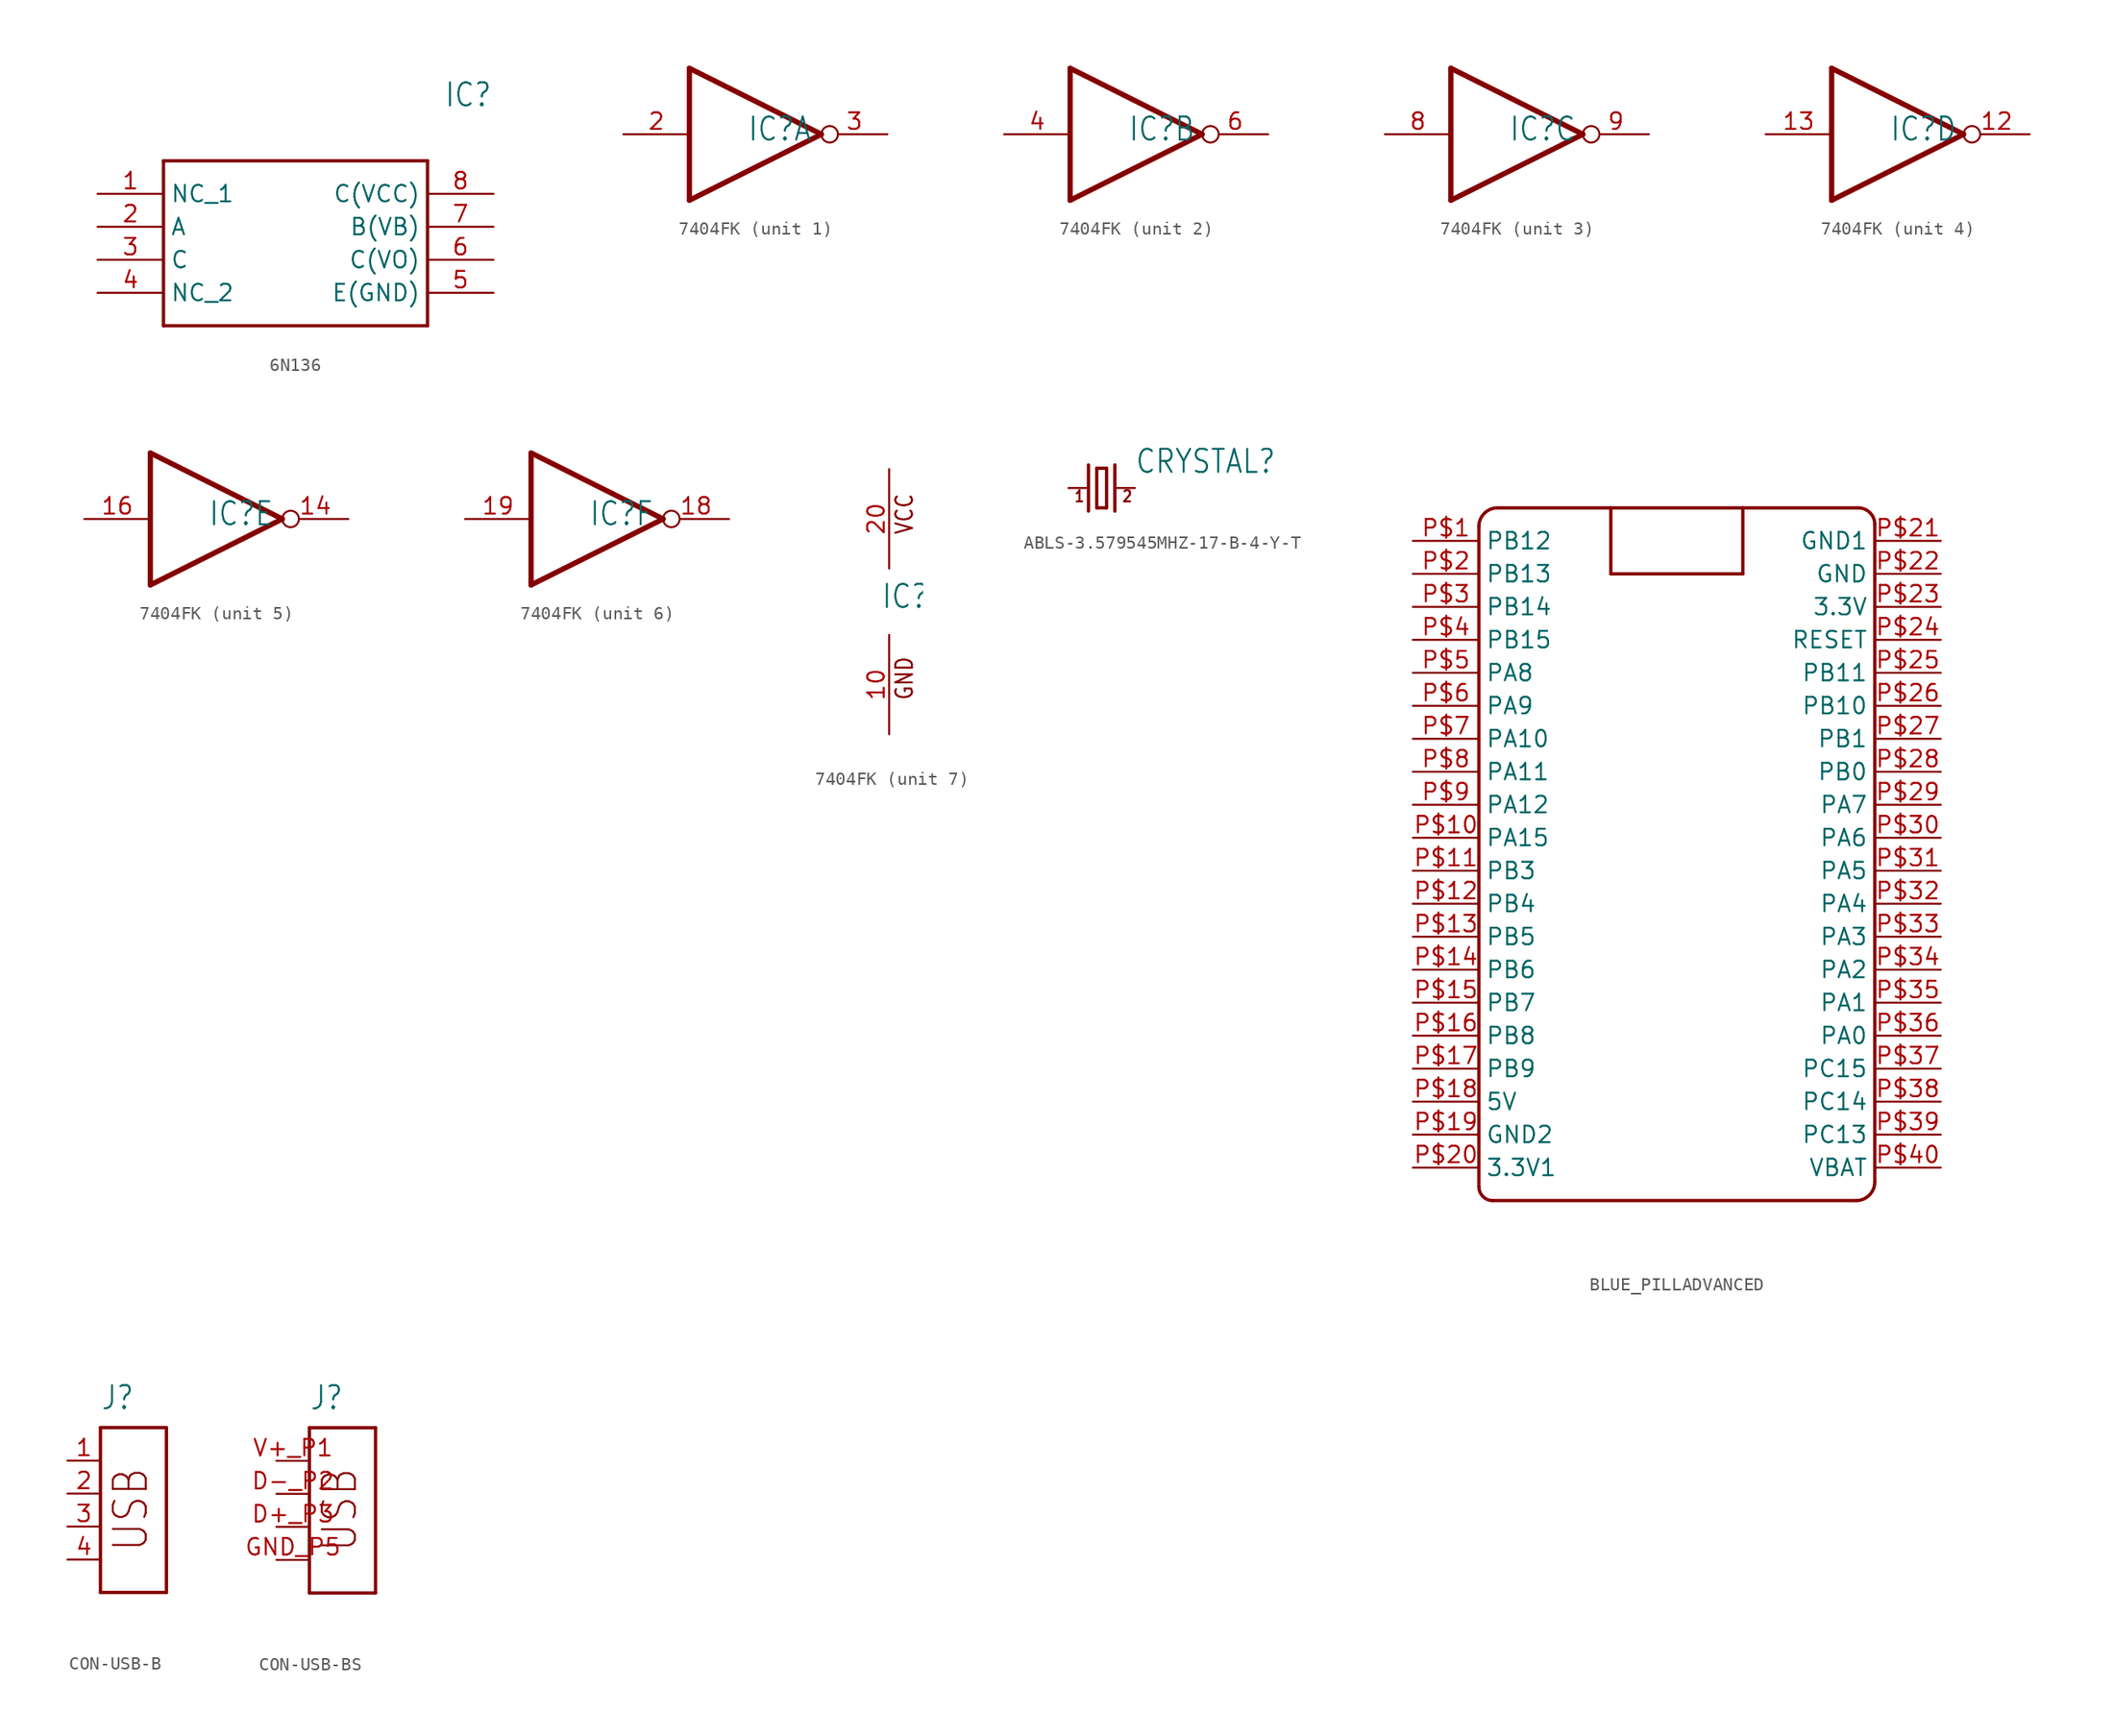
<source format=kicad_sym>
(kicad_symbol_lib
  (version 20231120)
  (generator "kicad_symbol_editor")
  (generator_version "8.0")
  (symbol "6N136"
    (property "Reference" "IC"
      (at 26.67 7.62 0)
      (effects (font (size 1.778 1.511)) (justify left)))
    (property "Value" ""
      (at 26.67 5.08 0)
      (effects (font (size 1.778 1.511)) (justify left)))
    (property "ki_locked" ""
      (at 0 0 0)
      (effects (font (size 1.27 1.27))))
    (symbol "6N136_1_0"
      (polyline (pts (xy 5.08 2.54) (xy 5.08 -10.16)) (stroke (width 0.254) (type solid)) (fill (type none)))
      (polyline (pts (xy 5.08 2.54) (xy 25.4 2.54)) (stroke (width 0.254) (type solid)) (fill (type none)))
      (polyline (pts (xy 25.4 -10.16) (xy 5.08 -10.16)) (stroke (width 0.254) (type solid)) (fill (type none)))
      (polyline (pts (xy 25.4 -10.16) (xy 25.4 2.54)) (stroke (width 0.254) (type solid)) (fill (type none)))
      (pin bidirectional line (at 0 0 0) (length 5.08) (name "NC_1" (effects (font (size 1.27 1.27)))) (number "1" (effects (font (size 1.27 1.27)))))
      (pin bidirectional line (at 0 -2.54 0) (length 5.08) (name "A" (effects (font (size 1.27 1.27)))) (number "2" (effects (font (size 1.27 1.27)))))
      (pin bidirectional line (at 0 -5.08 0) (length 5.08) (name "C" (effects (font (size 1.27 1.27)))) (number "3" (effects (font (size 1.27 1.27)))))
      (pin bidirectional line (at 0 -7.62 0) (length 5.08) (name "NC_2" (effects (font (size 1.27 1.27)))) (number "4" (effects (font (size 1.27 1.27)))))
      (pin bidirectional line (at 30.48 -7.62 180) (length 5.08) (name "E(GND)" (effects (font (size 1.27 1.27)))) (number "5" (effects (font (size 1.27 1.27)))))
      (pin bidirectional line (at 30.48 -5.08 180) (length 5.08) (name "C(VO)" (effects (font (size 1.27 1.27)))) (number "6" (effects (font (size 1.27 1.27)))))
      (pin bidirectional line (at 30.48 -2.54 180) (length 5.08) (name "B(VB)" (effects (font (size 1.27 1.27)))) (number "7" (effects (font (size 1.27 1.27)))))
      (pin bidirectional line (at 30.48 0 180) (length 5.08) (name "C(VCC)" (effects (font (size 1.27 1.27)))) (number "8" (effects (font (size 1.27 1.27)))))))
  (symbol "7404FK"
    (property "Reference" "IC"
      (at -0.635 -0.635 0)
      (effects (font (size 1.778 1.511)) (justify left bottom)))
    (property "ki_locked" ""
      (at 0 0 0)
      (effects (font (size 1.27 1.27))))
    (symbol "7404FK_1_0"
      (polyline (pts (xy -5.08 -5.08) (xy -5.08 5.08)) (stroke (width 0.406) (type solid)) (fill (type none)))
      (polyline (pts (xy -5.08 5.08) (xy 5.08 0)) (stroke (width 0.406) (type solid)) (fill (type none)))
      (polyline (pts (xy 5.08 0) (xy -5.08 -5.08)) (stroke (width 0.406) (type solid)) (fill (type none)))
      (pin input line (at -10.16 0 0) (length 5.08) (name "I" (effects (font (size 0 0)))) (number "2" (effects (font (size 1.27 1.27)))))
      (pin output inverted (at 10.16 0 180) (length 5.08) (name "O" (effects (font (size 0 0)))) (number "3" (effects (font (size 1.27 1.27))))))
    (symbol "7404FK_2_0"
      (polyline (pts (xy -5.08 -5.08) (xy -5.08 5.08)) (stroke (width 0.406) (type solid)) (fill (type none)))
      (polyline (pts (xy -5.08 5.08) (xy 5.08 0)) (stroke (width 0.406) (type solid)) (fill (type none)))
      (polyline (pts (xy 5.08 0) (xy -5.08 -5.08)) (stroke (width 0.406) (type solid)) (fill (type none)))
      (pin input line (at -10.16 0 0) (length 5.08) (name "I" (effects (font (size 0 0)))) (number "4" (effects (font (size 1.27 1.27)))))
      (pin output inverted (at 10.16 0 180) (length 5.08) (name "O" (effects (font (size 0 0)))) (number "6" (effects (font (size 1.27 1.27))))))
    (symbol "7404FK_3_0"
      (polyline (pts (xy -5.08 -5.08) (xy -5.08 5.08)) (stroke (width 0.406) (type solid)) (fill (type none)))
      (polyline (pts (xy -5.08 5.08) (xy 5.08 0)) (stroke (width 0.406) (type solid)) (fill (type none)))
      (polyline (pts (xy 5.08 0) (xy -5.08 -5.08)) (stroke (width 0.406) (type solid)) (fill (type none)))
      (pin input line (at -10.16 0 0) (length 5.08) (name "I" (effects (font (size 0 0)))) (number "8" (effects (font (size 1.27 1.27)))))
      (pin output inverted (at 10.16 0 180) (length 5.08) (name "O" (effects (font (size 0 0)))) (number "9" (effects (font (size 1.27 1.27))))))
    (symbol "7404FK_4_0"
      (polyline (pts (xy -5.08 -5.08) (xy -5.08 5.08)) (stroke (width 0.406) (type solid)) (fill (type none)))
      (polyline (pts (xy -5.08 5.08) (xy 5.08 0)) (stroke (width 0.406) (type solid)) (fill (type none)))
      (polyline (pts (xy 5.08 0) (xy -5.08 -5.08)) (stroke (width 0.406) (type solid)) (fill (type none)))
      (pin output inverted (at 10.16 0 180) (length 5.08) (name "O" (effects (font (size 0 0)))) (number "12" (effects (font (size 1.27 1.27)))))
      (pin input line (at -10.16 0 0) (length 5.08) (name "I" (effects (font (size 0 0)))) (number "13" (effects (font (size 1.27 1.27))))))
    (symbol "7404FK_5_0"
      (polyline (pts (xy -5.08 -5.08) (xy -5.08 5.08)) (stroke (width 0.406) (type solid)) (fill (type none)))
      (polyline (pts (xy -5.08 5.08) (xy 5.08 0)) (stroke (width 0.406) (type solid)) (fill (type none)))
      (polyline (pts (xy 5.08 0) (xy -5.08 -5.08)) (stroke (width 0.406) (type solid)) (fill (type none)))
      (pin output inverted (at 10.16 0 180) (length 5.08) (name "O" (effects (font (size 0 0)))) (number "14" (effects (font (size 1.27 1.27)))))
      (pin input line (at -10.16 0 0) (length 5.08) (name "I" (effects (font (size 0 0)))) (number "16" (effects (font (size 1.27 1.27))))))
    (symbol "7404FK_6_0"
      (polyline (pts (xy -5.08 -5.08) (xy -5.08 5.08)) (stroke (width 0.406) (type solid)) (fill (type none)))
      (polyline (pts (xy -5.08 5.08) (xy 5.08 0)) (stroke (width 0.406) (type solid)) (fill (type none)))
      (polyline (pts (xy 5.08 0) (xy -5.08 -5.08)) (stroke (width 0.406) (type solid)) (fill (type none)))
      (pin output inverted (at 10.16 0 180) (length 5.08) (name "O" (effects (font (size 0 0)))) (number "18" (effects (font (size 1.27 1.27)))))
      (pin input line (at -10.16 0 0) (length 5.08) (name "I" (effects (font (size 0 0)))) (number "19" (effects (font (size 1.27 1.27))))))
    (symbol "7404FK_7_0"
      (text "GND" (at 1.905 -7.62 900) (effects (font (size 1.27 1.079)) (justify left bottom)))
      (text "VCC" (at 1.905 5.08 900) (effects (font (size 1.27 1.079)) (justify left bottom)))
      (pin power_in line (at 0 -10.16 90) (length 7.62) (name "GND" (effects (font (size 0 0)))) (number "10" (effects (font (size 1.27 1.27)))))
      (pin power_in line (at 0 10.16 270) (length 7.62) (name "VCC" (effects (font (size 0 0)))) (number "20" (effects (font (size 1.27 1.27)))))))
  (symbol "ABLS-3.579545MHZ-17-B-4-Y-T"
    (property "Reference" "CRYSTAL"
      (at 2.54 1.016 0)
      (effects (font (size 1.778 1.511)) (justify left bottom)))
    (property "Value" ""
      (at 2.54 -2.54 0)
      (effects (font (size 1.778 1.511)) (justify left bottom)))
    (property "ki_locked" ""
      (at 0 0 0)
      (effects (font (size 1.27 1.27))))
    (symbol "ABLS-3.579545MHZ-17-B-4-Y-T_1_0"
      (polyline (pts (xy -2.54 0) (xy -1.016 0)) (stroke (width 0.152) (type solid)) (fill (type none)))
      (polyline (pts (xy -1.016 1.778) (xy -1.016 -1.778)) (stroke (width 0.254) (type solid)) (fill (type none)))
      (polyline (pts (xy -0.381 -1.524) (xy 0.381 -1.524)) (stroke (width 0.254) (type solid)) (fill (type none)))
      (polyline (pts (xy -0.381 1.524) (xy -0.381 -1.524)) (stroke (width 0.254) (type solid)) (fill (type none)))
      (polyline (pts (xy 0.381 -1.524) (xy 0.381 1.524)) (stroke (width 0.254) (type solid)) (fill (type none)))
      (polyline (pts (xy 0.381 1.524) (xy -0.381 1.524)) (stroke (width 0.254) (type solid)) (fill (type none)))
      (polyline (pts (xy 1.016 0) (xy 2.54 0)) (stroke (width 0.152) (type solid)) (fill (type none)))
      (polyline (pts (xy 1.016 1.778) (xy 1.016 -1.778)) (stroke (width 0.254) (type solid)) (fill (type none)))
      (text "1" (at -2.159 -1.143 0) (effects (font (size 0.864 0.734)) (justify left bottom)))
      (text "2" (at 1.524 -1.143 0) (effects (font (size 0.864 0.734)) (justify left bottom)))
      (pin passive line (at -2.54 0 0) (length 0) (name "1" (effects (font (size 0 0)))) (number "P$1" (effects (font (size 0 0)))))
      (pin passive line (at 2.54 0 180) (length 0) (name "2" (effects (font (size 0 0)))) (number "P$2" (effects (font (size 0 0)))))))
  (symbol "BLUE_PILLADVANCED"
    (property "Reference" ""
      (at 0 0 0)
      (effects (font (size 1.27 1.27)) (hide yes)))
    (property "ki_locked" ""
      (at 0 0 0)
      (effects (font (size 1.27 1.27))))
    (symbol "BLUE_PILLADVANCED_1_0"
      (arc (start -15.24 -26.8623) (mid -14.9243 -27.6243) (end -14.1623 -27.94) (stroke (width 0.254) (type solid)) (fill (type none)))
      (arc (start -13.8031 25.4) (mid -14.8191 24.9791) (end -15.24 23.9631) (stroke (width 0.254) (type solid)) (fill (type none)))
      (polyline (pts (xy -15.24 23.963) (xy -15.24 -26.862)) (stroke (width 0.254) (type solid)) (fill (type none)))
      (polyline (pts (xy -14.162 -27.94) (xy 13.803 -27.94)) (stroke (width 0.254) (type solid)) (fill (type none)))
      (polyline (pts (xy -5.08 20.32) (xy -5.08 25.4)) (stroke (width 0.254) (type solid)) (fill (type none)))
      (polyline (pts (xy -5.08 25.4) (xy -13.803 25.4)) (stroke (width 0.254) (type solid)) (fill (type none)))
      (polyline (pts (xy -5.08 25.4) (xy 5.08 25.4)) (stroke (width 0.254) (type solid)) (fill (type none)))
      (polyline (pts (xy 5.08 20.32) (xy -5.08 20.32)) (stroke (width 0.254) (type solid)) (fill (type none)))
      (polyline (pts (xy 5.08 25.4) (xy 5.08 20.32)) (stroke (width 0.254) (type solid)) (fill (type none)))
      (polyline (pts (xy 13.97 25.4) (xy 5.08 25.4)) (stroke (width 0.254) (type solid)) (fill (type none)))
      (polyline (pts (xy 15.24 -26.503) (xy 15.24 24.13)) (stroke (width 0.254) (type solid)) (fill (type none)))
      (arc (start 13.8031 -27.94) (mid 14.8191 -27.5191) (end 15.24 -26.5031) (stroke (width 0.254) (type solid)) (fill (type none)))
      (arc (start 15.24 24.13) (mid 14.868 25.028) (end 13.97 25.4) (stroke (width 0.254) (type solid)) (fill (type none)))
      (pin bidirectional line (at -20.32 22.86 0) (length 5.08) (name "PB12" (effects (font (size 1.27 1.27)))) (number "P$1" (effects (font (size 1.27 1.27)))))
      (pin bidirectional line (at -20.32 0 0) (length 5.08) (name "PA15" (effects (font (size 1.27 1.27)))) (number "P$10" (effects (font (size 1.27 1.27)))))
      (pin bidirectional line (at -20.32 -2.54 0) (length 5.08) (name "PB3" (effects (font (size 1.27 1.27)))) (number "P$11" (effects (font (size 1.27 1.27)))))
      (pin bidirectional line (at -20.32 -5.08 0) (length 5.08) (name "PB4" (effects (font (size 1.27 1.27)))) (number "P$12" (effects (font (size 1.27 1.27)))))
      (pin bidirectional line (at -20.32 -7.62 0) (length 5.08) (name "PB5" (effects (font (size 1.27 1.27)))) (number "P$13" (effects (font (size 1.27 1.27)))))
      (pin bidirectional line (at -20.32 -10.16 0) (length 5.08) (name "PB6" (effects (font (size 1.27 1.27)))) (number "P$14" (effects (font (size 1.27 1.27)))))
      (pin bidirectional line (at -20.32 -12.7 0) (length 5.08) (name "PB7" (effects (font (size 1.27 1.27)))) (number "P$15" (effects (font (size 1.27 1.27)))))
      (pin bidirectional line (at -20.32 -15.24 0) (length 5.08) (name "PB8" (effects (font (size 1.27 1.27)))) (number "P$16" (effects (font (size 1.27 1.27)))))
      (pin bidirectional line (at -20.32 -17.78 0) (length 5.08) (name "PB9" (effects (font (size 1.27 1.27)))) (number "P$17" (effects (font (size 1.27 1.27)))))
      (pin bidirectional line (at -20.32 -20.32 0) (length 5.08) (name "5V" (effects (font (size 1.27 1.27)))) (number "P$18" (effects (font (size 1.27 1.27)))))
      (pin bidirectional line (at -20.32 -22.86 0) (length 5.08) (name "GND2" (effects (font (size 1.27 1.27)))) (number "P$19" (effects (font (size 1.27 1.27)))))
      (pin bidirectional line (at -20.32 20.32 0) (length 5.08) (name "PB13" (effects (font (size 1.27 1.27)))) (number "P$2" (effects (font (size 1.27 1.27)))))
      (pin bidirectional line (at -20.32 -25.4 0) (length 5.08) (name "3.3V1" (effects (font (size 1.27 1.27)))) (number "P$20" (effects (font (size 1.27 1.27)))))
      (pin power_in line (at 20.32 22.86 180) (length 5.08) (name "GND1" (effects (font (size 1.27 1.27)))) (number "P$21" (effects (font (size 1.27 1.27)))))
      (pin bidirectional line (at 20.32 20.32 180) (length 5.08) (name "GND" (effects (font (size 1.27 1.27)))) (number "P$22" (effects (font (size 1.27 1.27)))))
      (pin bidirectional line (at 20.32 17.78 180) (length 5.08) (name "3.3V" (effects (font (size 1.27 1.27)))) (number "P$23" (effects (font (size 1.27 1.27)))))
      (pin bidirectional line (at 20.32 15.24 180) (length 5.08) (name "RESET" (effects (font (size 1.27 1.27)))) (number "P$24" (effects (font (size 1.27 1.27)))))
      (pin bidirectional line (at 20.32 12.7 180) (length 5.08) (name "PB11" (effects (font (size 1.27 1.27)))) (number "P$25" (effects (font (size 1.27 1.27)))))
      (pin bidirectional line (at 20.32 10.16 180) (length 5.08) (name "PB10" (effects (font (size 1.27 1.27)))) (number "P$26" (effects (font (size 1.27 1.27)))))
      (pin bidirectional line (at 20.32 7.62 180) (length 5.08) (name "PB1" (effects (font (size 1.27 1.27)))) (number "P$27" (effects (font (size 1.27 1.27)))))
      (pin bidirectional line (at 20.32 5.08 180) (length 5.08) (name "PB0" (effects (font (size 1.27 1.27)))) (number "P$28" (effects (font (size 1.27 1.27)))))
      (pin bidirectional line (at 20.32 2.54 180) (length 5.08) (name "PA7" (effects (font (size 1.27 1.27)))) (number "P$29" (effects (font (size 1.27 1.27)))))
      (pin bidirectional line (at -20.32 17.78 0) (length 5.08) (name "PB14" (effects (font (size 1.27 1.27)))) (number "P$3" (effects (font (size 1.27 1.27)))))
      (pin bidirectional line (at 20.32 0 180) (length 5.08) (name "PA6" (effects (font (size 1.27 1.27)))) (number "P$30" (effects (font (size 1.27 1.27)))))
      (pin bidirectional line (at 20.32 -2.54 180) (length 5.08) (name "PA5" (effects (font (size 1.27 1.27)))) (number "P$31" (effects (font (size 1.27 1.27)))))
      (pin bidirectional line (at 20.32 -5.08 180) (length 5.08) (name "PA4" (effects (font (size 1.27 1.27)))) (number "P$32" (effects (font (size 1.27 1.27)))))
      (pin bidirectional line (at 20.32 -7.62 180) (length 5.08) (name "PA3" (effects (font (size 1.27 1.27)))) (number "P$33" (effects (font (size 1.27 1.27)))))
      (pin bidirectional line (at 20.32 -10.16 180) (length 5.08) (name "PA2" (effects (font (size 1.27 1.27)))) (number "P$34" (effects (font (size 1.27 1.27)))))
      (pin bidirectional line (at 20.32 -12.7 180) (length 5.08) (name "PA1" (effects (font (size 1.27 1.27)))) (number "P$35" (effects (font (size 1.27 1.27)))))
      (pin bidirectional line (at 20.32 -15.24 180) (length 5.08) (name "PA0" (effects (font (size 1.27 1.27)))) (number "P$36" (effects (font (size 1.27 1.27)))))
      (pin bidirectional line (at 20.32 -17.78 180) (length 5.08) (name "PC15" (effects (font (size 1.27 1.27)))) (number "P$37" (effects (font (size 1.27 1.27)))))
      (pin bidirectional line (at 20.32 -20.32 180) (length 5.08) (name "PC14" (effects (font (size 1.27 1.27)))) (number "P$38" (effects (font (size 1.27 1.27)))))
      (pin bidirectional line (at 20.32 -22.86 180) (length 5.08) (name "PC13" (effects (font (size 1.27 1.27)))) (number "P$39" (effects (font (size 1.27 1.27)))))
      (pin bidirectional line (at -20.32 15.24 0) (length 5.08) (name "PB15" (effects (font (size 1.27 1.27)))) (number "P$4" (effects (font (size 1.27 1.27)))))
      (pin bidirectional line (at 20.32 -25.4 180) (length 5.08) (name "VBAT" (effects (font (size 1.27 1.27)))) (number "P$40" (effects (font (size 1.27 1.27)))))
      (pin bidirectional line (at -20.32 12.7 0) (length 5.08) (name "PA8" (effects (font (size 1.27 1.27)))) (number "P$5" (effects (font (size 1.27 1.27)))))
      (pin bidirectional line (at -20.32 10.16 0) (length 5.08) (name "PA9" (effects (font (size 1.27 1.27)))) (number "P$6" (effects (font (size 1.27 1.27)))))
      (pin bidirectional line (at -20.32 7.62 0) (length 5.08) (name "PA10" (effects (font (size 1.27 1.27)))) (number "P$7" (effects (font (size 1.27 1.27)))))
      (pin bidirectional line (at -20.32 5.08 0) (length 5.08) (name "PA11" (effects (font (size 1.27 1.27)))) (number "P$8" (effects (font (size 1.27 1.27)))))
      (pin bidirectional line (at -20.32 2.54 0) (length 5.08) (name "PA12" (effects (font (size 1.27 1.27)))) (number "P$9" (effects (font (size 1.27 1.27)))))))
  (symbol "CON-USB-B"
    (property "Reference" "J"
      (at -2.54 8.89 0)
      (effects (font (size 1.778 1.511)) (justify left bottom)))
    (property "Value" ""
      (at -2.54 -7.62 0)
      (effects (font (size 1.778 1.511)) (justify left bottom)))
    (property "ki_locked" ""
      (at 0 0 0)
      (effects (font (size 1.27 1.27))))
    (symbol "CON-USB-B_1_0"
      (polyline (pts (xy -2.54 -5.08) (xy 2.54 -5.08)) (stroke (width 0.254) (type solid)) (fill (type none)))
      (polyline (pts (xy -2.54 7.62) (xy -2.54 -5.08)) (stroke (width 0.254) (type solid)) (fill (type none)))
      (polyline (pts (xy 2.54 -5.08) (xy 2.54 7.62)) (stroke (width 0.254) (type solid)) (fill (type none)))
      (polyline (pts (xy 2.54 7.62) (xy -2.54 7.62)) (stroke (width 0.254) (type solid)) (fill (type none)))
      (text "USB" (at 1.27 -2.032 900) (effects (font (size 2.54 2.159)) (justify left bottom)))
      (pin passive line (at -5.08 5.08 0) (length 2.54) (name "1" (effects (font (size 0 0)))) (number "1" (effects (font (size 1.27 1.27)))))
      (pin passive line (at -5.08 2.54 0) (length 2.54) (name "2" (effects (font (size 0 0)))) (number "2" (effects (font (size 1.27 1.27)))))
      (pin passive line (at -5.08 0 0) (length 2.54) (name "3" (effects (font (size 0 0)))) (number "3" (effects (font (size 1.27 1.27)))))
      (pin passive line (at -5.08 -2.54 0) (length 2.54) (name "4" (effects (font (size 0 0)))) (number "4" (effects (font (size 1.27 1.27)))))))
  (symbol "CON-USB-BS"
    (property "Reference" "J"
      (at -2.54 8.89 0)
      (effects (font (size 1.778 1.511)) (justify left bottom)))
    (property "Value" ""
      (at -2.54 -7.62 0)
      (effects (font (size 1.778 1.511)) (justify left bottom)))
    (property "ki_locked" ""
      (at 0 0 0)
      (effects (font (size 1.27 1.27))))
    (symbol "CON-USB-BS_1_0"
      (polyline (pts (xy -2.54 -5.08) (xy 2.54 -5.08)) (stroke (width 0.254) (type solid)) (fill (type none)))
      (polyline (pts (xy -2.54 7.62) (xy -2.54 -5.08)) (stroke (width 0.254) (type solid)) (fill (type none)))
      (polyline (pts (xy 2.54 -5.08) (xy 2.54 7.62)) (stroke (width 0.254) (type solid)) (fill (type none)))
      (polyline (pts (xy 2.54 7.62) (xy -2.54 7.62)) (stroke (width 0.254) (type solid)) (fill (type none)))
      (text "USB" (at 1.27 -2.032 900) (effects (font (size 2.54 2.159)) (justify left bottom)))
      (pin passive line (at -5.08 0 0) (length 2.54) (name "3" (effects (font (size 0 0)))) (number "D+_P3" (effects (font (size 1.27 1.27)))))
      (pin passive line (at -5.08 2.54 0) (length 2.54) (name "2" (effects (font (size 0 0)))) (number "D-_P2" (effects (font (size 1.27 1.27)))))
      (pin passive line (at -5.08 -2.54 0) (length 2.54) (name "4" (effects (font (size 0 0)))) (number "GND_P5" (effects (font (size 1.27 1.27)))))
      (pin passive line (at -5.08 5.08 0) (length 2.54) (name "1" (effects (font (size 0 0)))) (number "V+_P1" (effects (font (size 1.27 1.27))))))))
</source>
